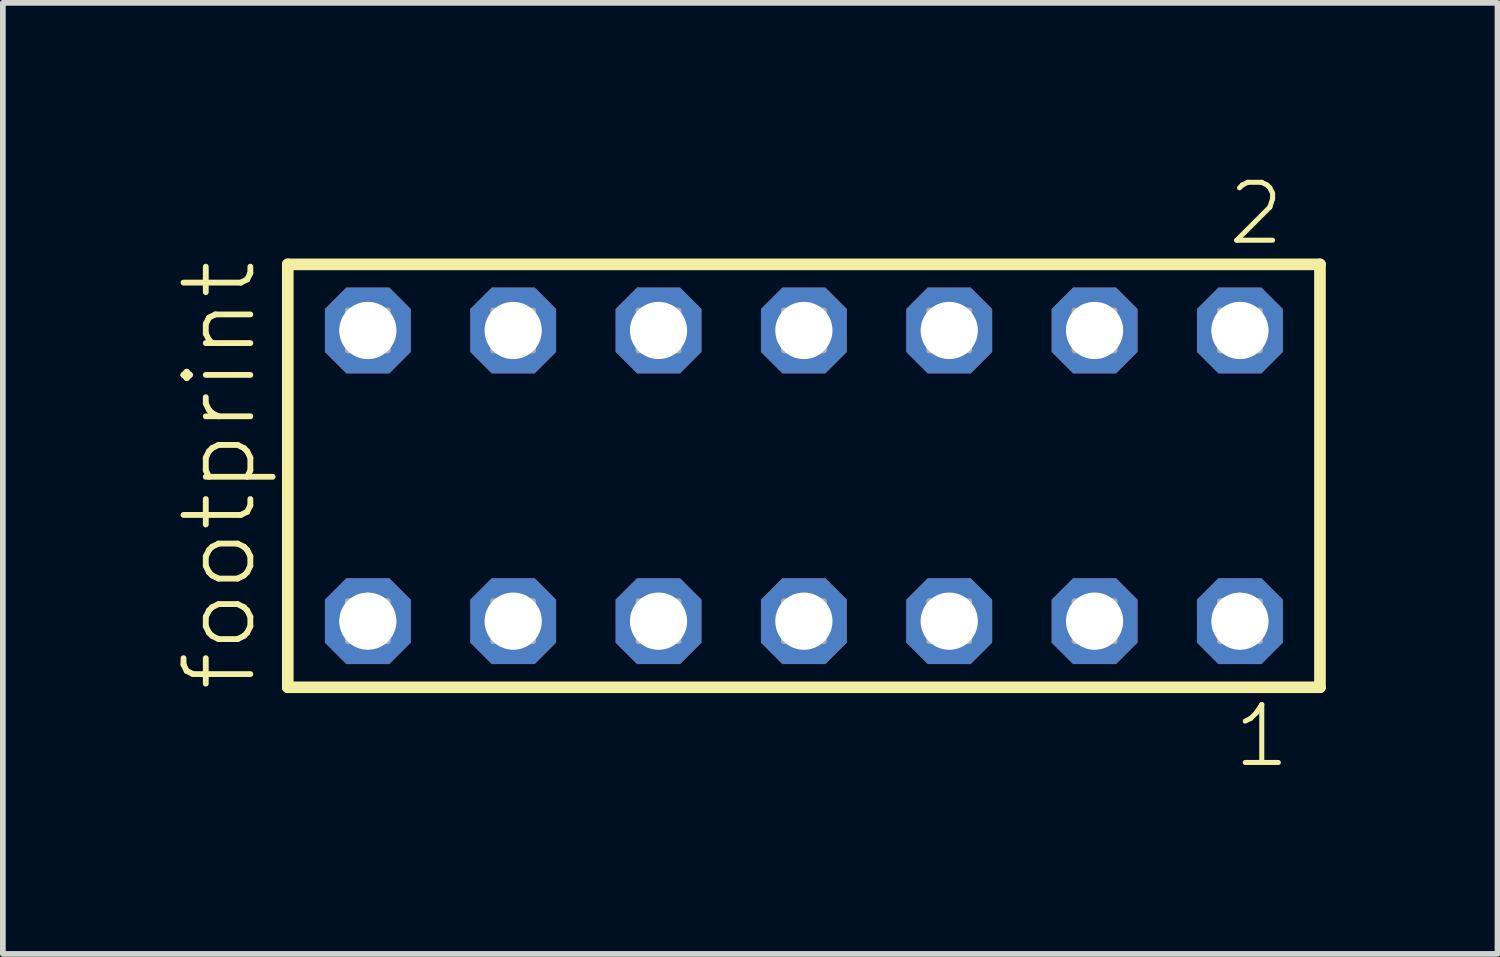
<source format=kicad_pcb>
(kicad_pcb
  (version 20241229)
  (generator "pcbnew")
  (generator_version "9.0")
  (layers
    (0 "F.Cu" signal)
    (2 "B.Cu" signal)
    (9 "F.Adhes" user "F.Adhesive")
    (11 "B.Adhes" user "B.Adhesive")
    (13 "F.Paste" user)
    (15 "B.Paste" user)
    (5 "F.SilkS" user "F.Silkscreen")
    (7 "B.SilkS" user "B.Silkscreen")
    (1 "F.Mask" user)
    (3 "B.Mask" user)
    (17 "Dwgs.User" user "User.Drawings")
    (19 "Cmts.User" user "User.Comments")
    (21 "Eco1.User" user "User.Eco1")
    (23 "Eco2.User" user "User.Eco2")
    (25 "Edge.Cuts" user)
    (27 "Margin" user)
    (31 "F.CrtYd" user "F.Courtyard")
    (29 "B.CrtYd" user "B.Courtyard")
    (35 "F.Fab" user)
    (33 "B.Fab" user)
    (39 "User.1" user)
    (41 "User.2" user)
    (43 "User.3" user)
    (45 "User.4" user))
  (footprint "footprint"
    (layer "F.Cu")
    (at 10.998 5.265)
    (property "Reference" "footprint" (at -9.525 3.81 90) (layer "F.SilkS") (effects (font (size 1.168 1.168) (thickness 0.102)) (justify left bottom)))
    (fp_line (start -9.019 -3.695) (end 9.019 -3.695) (stroke (width 0.203) (type solid)) (layer "F.SilkS"))
    (fp_line (start -9.019 3.695) (end -9.019 -3.695) (stroke (width 0.203) (type solid)) (layer "F.SilkS"))
    (fp_line (start 9.019 -3.695) (end 9.019 3.695) (stroke (width 0.203) (type solid)) (layer "F.SilkS"))
    (fp_line (start 9.019 3.695) (end -9.019 3.695) (stroke (width 0.203) (type solid)) (layer "F.SilkS"))
    (fp_poly (pts (xy -7.97 -2.19) (xy -7.27 -2.19) (xy -7.27 -2.89) (xy -7.97 -2.89)) (stroke (width 0.1) (type solid)) (fill no) (layer "F.Fab"))
    (fp_poly (pts (xy -7.97 2.89) (xy -7.27 2.89) (xy -7.27 2.19) (xy -7.97 2.19)) (stroke (width 0.1) (type solid)) (fill no) (layer "F.Fab"))
    (fp_poly (pts (xy -5.43 -2.19) (xy -4.73 -2.19) (xy -4.73 -2.89) (xy -5.43 -2.89)) (stroke (width 0.1) (type solid)) (fill no) (layer "F.Fab"))
    (fp_poly (pts (xy -5.43 2.89) (xy -4.73 2.89) (xy -4.73 2.19) (xy -5.43 2.19)) (stroke (width 0.1) (type solid)) (fill no) (layer "F.Fab"))
    (fp_poly (pts (xy -2.89 -2.19) (xy -2.19 -2.19) (xy -2.19 -2.89) (xy -2.89 -2.89)) (stroke (width 0.1) (type solid)) (fill no) (layer "F.Fab"))
    (fp_poly (pts (xy -2.89 2.89) (xy -2.19 2.89) (xy -2.19 2.19) (xy -2.89 2.19)) (stroke (width 0.1) (type solid)) (fill no) (layer "F.Fab"))
    (fp_poly (pts (xy -0.35 -2.19) (xy 0.35 -2.19) (xy 0.35 -2.89) (xy -0.35 -2.89)) (stroke (width 0.1) (type solid)) (fill no) (layer "F.Fab"))
    (fp_poly (pts (xy -0.35 2.89) (xy 0.35 2.89) (xy 0.35 2.19) (xy -0.35 2.19)) (stroke (width 0.1) (type solid)) (fill no) (layer "F.Fab"))
    (fp_poly (pts (xy 2.19 -2.19) (xy 2.89 -2.19) (xy 2.89 -2.89) (xy 2.19 -2.89)) (stroke (width 0.1) (type solid)) (fill no) (layer "F.Fab"))
    (fp_poly (pts (xy 2.19 2.89) (xy 2.89 2.89) (xy 2.89 2.19) (xy 2.19 2.19)) (stroke (width 0.1) (type solid)) (fill no) (layer "F.Fab"))
    (fp_poly (pts (xy 4.73 -2.19) (xy 5.43 -2.19) (xy 5.43 -2.89) (xy 4.73 -2.89)) (stroke (width 0.1) (type solid)) (fill no) (layer "F.Fab"))
    (fp_poly (pts (xy 4.73 2.89) (xy 5.43 2.89) (xy 5.43 2.19) (xy 4.73 2.19)) (stroke (width 0.1) (type solid)) (fill no) (layer "F.Fab"))
    (fp_poly (pts (xy 7.27 -2.19) (xy 7.97 -2.19) (xy 7.97 -2.89) (xy 7.27 -2.89)) (stroke (width 0.1) (type solid)) (fill no) (layer "F.Fab"))
    (fp_poly (pts (xy 7.27 2.89) (xy 7.97 2.89) (xy 7.97 2.19) (xy 7.27 2.19)) (stroke (width 0.1) (type solid)) (fill no) (layer "F.Fab"))
    (fp_text user "2" (at 7.362 -3.989 0) (layer "F.SilkS") (effects (font (size 1.012 1.012) (thickness 0.088)) (justify left bottom)))
    (fp_text user "1" (at 7.462 5.138 0) (layer "F.SilkS") (effects (font (size 1.012 1.012) (thickness 0.088)) (justify left bottom)))
    (pad "1" thru_hole roundrect (at 7.62 2.54 180) (size 1.5 1.5) (drill 1) (layers "*.Cu" "*.Mask") (roundrect_rratio 0.25) (chamfer_ratio 0.25) (chamfer top_left top_right bottom_left bottom_right))
    (pad "2" thru_hole roundrect (at 7.62 -2.54 180) (size 1.5 1.5) (drill 1) (layers "*.Cu" "*.Mask") (roundrect_rratio 0.25) (chamfer_ratio 0.25) (chamfer top_left top_right bottom_left bottom_right))
    (pad "3" thru_hole roundrect (at 5.08 2.54 180) (size 1.5 1.5) (drill 1) (layers "*.Cu" "*.Mask") (roundrect_rratio 0.25) (chamfer_ratio 0.25) (chamfer top_left top_right bottom_left bottom_right))
    (pad "4" thru_hole roundrect (at 5.08 -2.54 180) (size 1.5 1.5) (drill 1) (layers "*.Cu" "*.Mask") (roundrect_rratio 0.25) (chamfer_ratio 0.25) (chamfer top_left top_right bottom_left bottom_right))
    (pad "5" thru_hole roundrect (at 2.54 2.54 180) (size 1.5 1.5) (drill 1) (layers "*.Cu" "*.Mask") (roundrect_rratio 0.25) (chamfer_ratio 0.25) (chamfer top_left top_right bottom_left bottom_right))
    (pad "6" thru_hole roundrect (at 2.54 -2.54 180) (size 1.5 1.5) (drill 1) (layers "*.Cu" "*.Mask") (roundrect_rratio 0.25) (chamfer_ratio 0.25) (chamfer top_left top_right bottom_left bottom_right))
    (pad "7" thru_hole roundrect (at 0 2.54 180) (size 1.5 1.5) (drill 1) (layers "*.Cu" "*.Mask") (roundrect_rratio 0.25) (chamfer_ratio 0.25) (chamfer top_left top_right bottom_left bottom_right))
    (pad "8" thru_hole roundrect (at 0 -2.54 180) (size 1.5 1.5) (drill 1) (layers "*.Cu" "*.Mask") (roundrect_rratio 0.25) (chamfer_ratio 0.25) (chamfer top_left top_right bottom_left bottom_right))
    (pad "9" thru_hole roundrect (at -2.54 2.54 180) (size 1.5 1.5) (drill 1) (layers "*.Cu" "*.Mask") (roundrect_rratio 0.25) (chamfer_ratio 0.25) (chamfer top_left top_right bottom_left bottom_right))
    (pad "10" thru_hole roundrect (at -2.54 -2.54 180) (size 1.5 1.5) (drill 1) (layers "*.Cu" "*.Mask") (roundrect_rratio 0.25) (chamfer_ratio 0.25) (chamfer top_left top_right bottom_left bottom_right))
    (pad "11" thru_hole roundrect (at -5.08 2.54 180) (size 1.5 1.5) (drill 1) (layers "*.Cu" "*.Mask") (roundrect_rratio 0.25) (chamfer_ratio 0.25) (chamfer top_left top_right bottom_left bottom_right))
    (pad "12" thru_hole roundrect (at -5.08 -2.54 180) (size 1.5 1.5) (drill 1) (layers "*.Cu" "*.Mask") (roundrect_rratio 0.25) (chamfer_ratio 0.25) (chamfer top_left top_right bottom_left bottom_right))
    (pad "13" thru_hole roundrect (at -7.62 2.54 180) (size 1.5 1.5) (drill 1) (layers "*.Cu" "*.Mask") (roundrect_rratio 0.25) (chamfer_ratio 0.25) (chamfer top_left top_right bottom_left bottom_right))
    (pad "14" thru_hole roundrect (at -7.62 -2.54 180) (size 1.5 1.5) (drill 1) (layers "*.Cu" "*.Mask") (roundrect_rratio 0.25) (chamfer_ratio 0.25) (chamfer top_left top_right bottom_left bottom_right)))
  (gr_rect
    (start -3 -3)
    (end 23.119 13.62)
    (stroke (width 0.1) (type default))
    (fill no)
    (layer "Edge.Cuts")))
</source>
